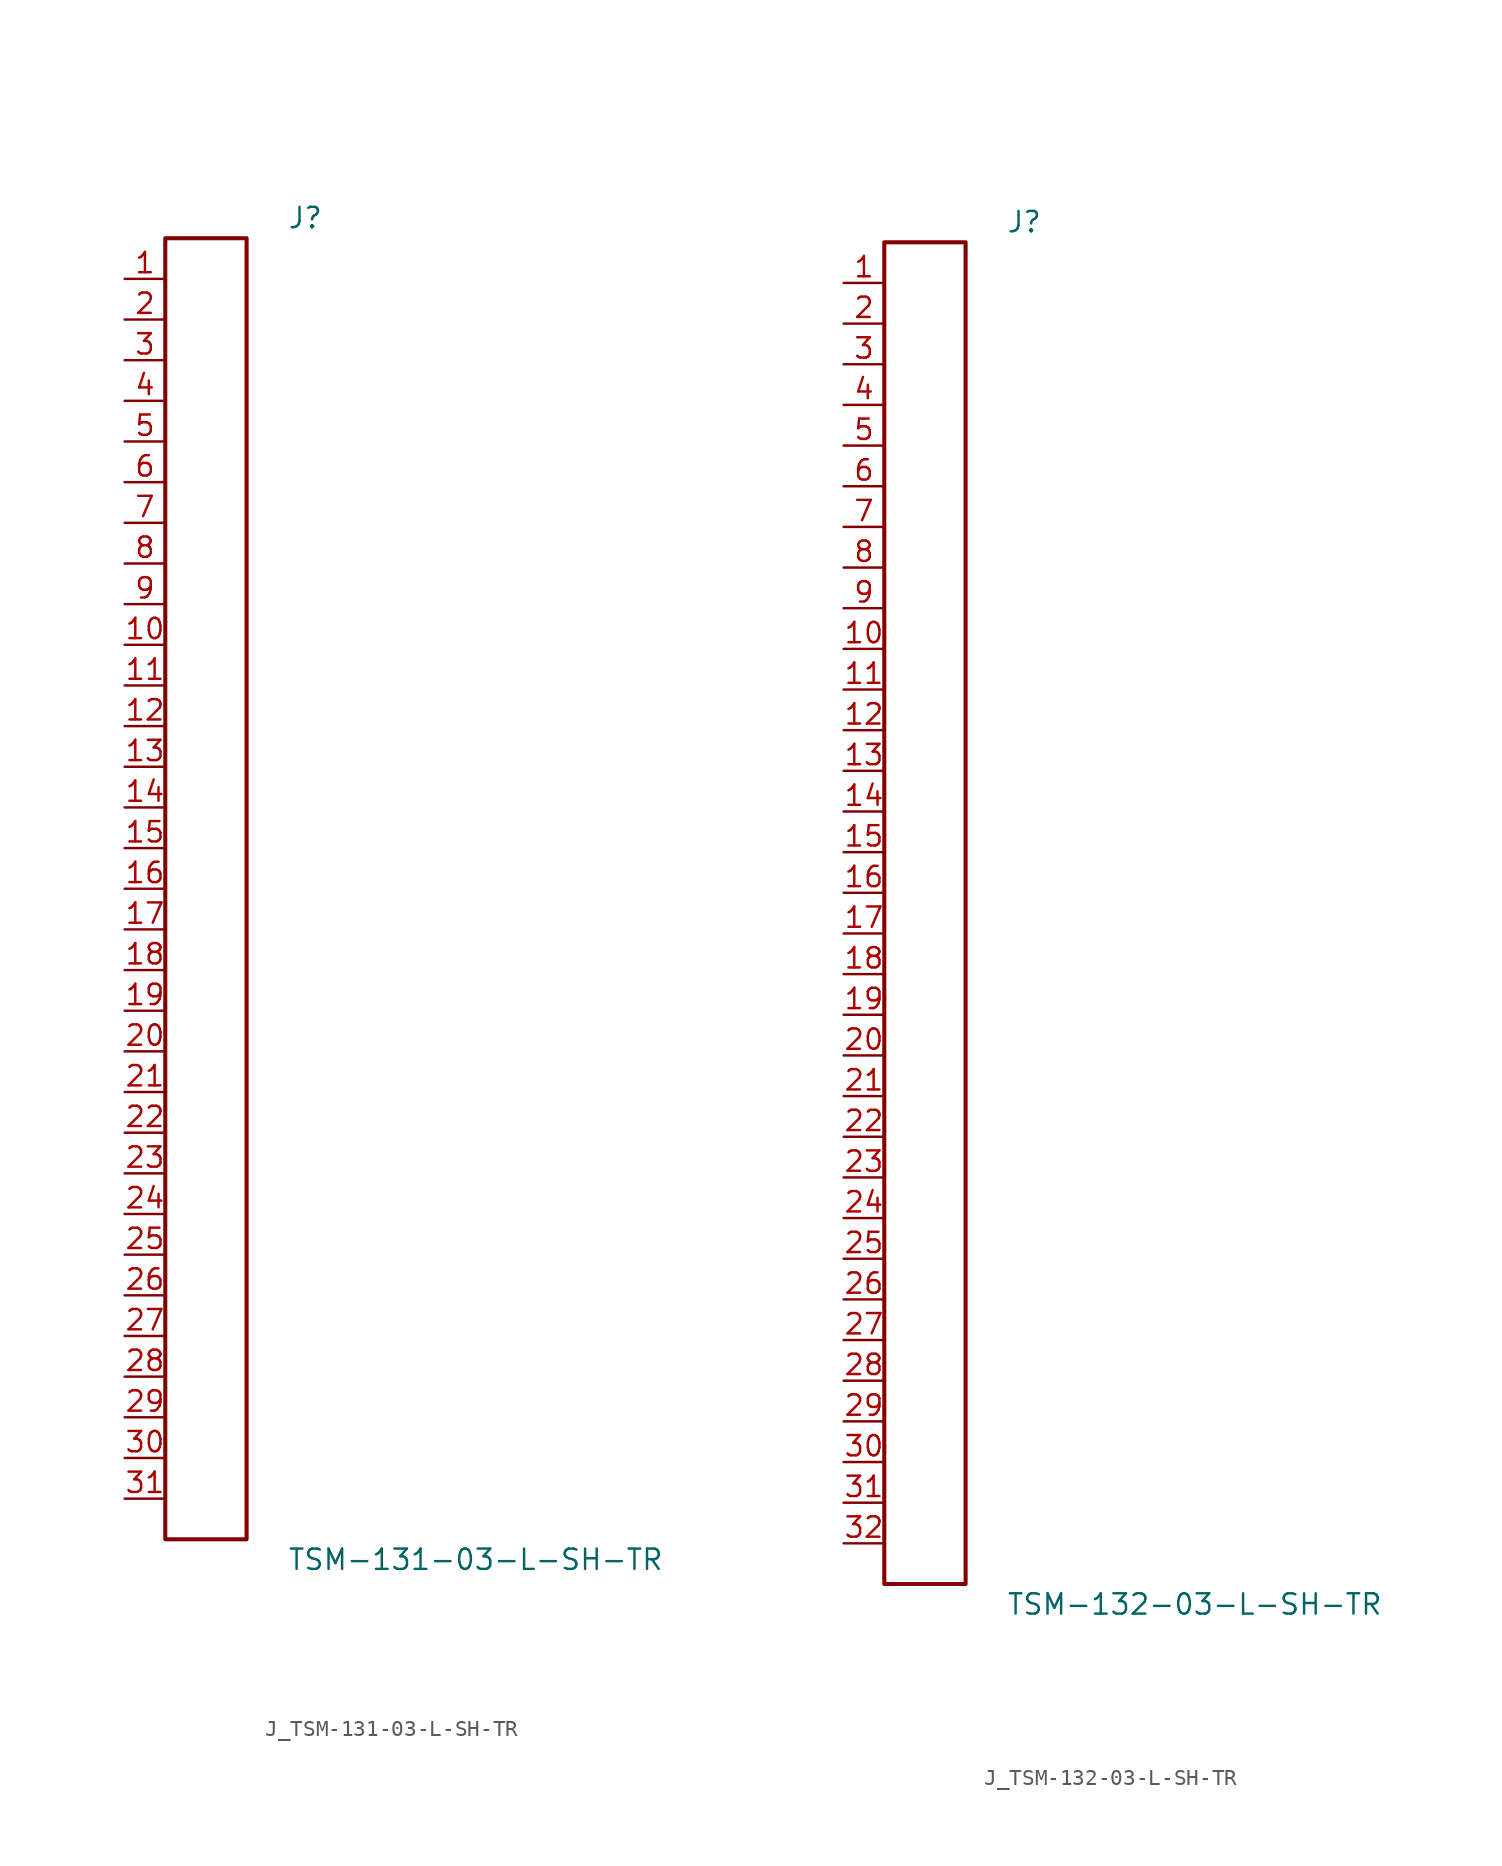
<source format=kicad_sym>
(kicad_symbol_lib
  (version 20231120)
  (generator kicad_symbol_editor)
  (generator_version 8.0)
  (symbol "J_TSM-131-03-L-SH-TR"
    (pin_names
      (offset 0.254))
    (property "Reference" "J"
      (at 5.08 41.91 0)
      (effects (font (size 1.27 1.27)) (justify left)))
    (property "Value" "TSM-131-03-L-SH-TR"
      (at 5.08 -41.91 0)
      (effects (font (size 1.27 1.27)) (justify left)))
    (symbol "J_TSM-131-03-L-SH-TR_0_0"
      (pin unspecified line (at -5.08 38.1 0) (length 2.54) (name "" (effects (font (size 1.27 1.27)))) (number "1" (effects (font (size 1.27 1.27)))))
      (pin unspecified line (at -5.08 35.56 0) (length 2.54) (name "" (effects (font (size 1.27 1.27)))) (number "2" (effects (font (size 1.27 1.27)))))
      (pin unspecified line (at -5.08 33.02 0) (length 2.54) (name "" (effects (font (size 1.27 1.27)))) (number "3" (effects (font (size 1.27 1.27)))))
      (pin unspecified line (at -5.08 30.48 0) (length 2.54) (name "" (effects (font (size 1.27 1.27)))) (number "4" (effects (font (size 1.27 1.27)))))
      (pin unspecified line (at -5.08 27.94 0) (length 2.54) (name "" (effects (font (size 1.27 1.27)))) (number "5" (effects (font (size 1.27 1.27)))))
      (pin unspecified line (at -5.08 25.4 0) (length 2.54) (name "" (effects (font (size 1.27 1.27)))) (number "6" (effects (font (size 1.27 1.27)))))
      (pin unspecified line (at -5.08 22.86 0) (length 2.54) (name "" (effects (font (size 1.27 1.27)))) (number "7" (effects (font (size 1.27 1.27)))))
      (pin unspecified line (at -5.08 20.32 0) (length 2.54) (name "" (effects (font (size 1.27 1.27)))) (number "8" (effects (font (size 1.27 1.27)))))
      (pin unspecified line (at -5.08 17.78 0) (length 2.54) (name "" (effects (font (size 1.27 1.27)))) (number "9" (effects (font (size 1.27 1.27)))))
      (pin unspecified line (at -5.08 15.24 0) (length 2.54) (name "" (effects (font (size 1.27 1.27)))) (number "10" (effects (font (size 1.27 1.27)))))
      (pin unspecified line (at -5.08 12.7 0) (length 2.54) (name "" (effects (font (size 1.27 1.27)))) (number "11" (effects (font (size 1.27 1.27)))))
      (pin unspecified line (at -5.08 10.16 0) (length 2.54) (name "" (effects (font (size 1.27 1.27)))) (number "12" (effects (font (size 1.27 1.27)))))
      (pin unspecified line (at -5.08 7.62 0) (length 2.54) (name "" (effects (font (size 1.27 1.27)))) (number "13" (effects (font (size 1.27 1.27)))))
      (pin unspecified line (at -5.08 5.08 0) (length 2.54) (name "" (effects (font (size 1.27 1.27)))) (number "14" (effects (font (size 1.27 1.27)))))
      (pin unspecified line (at -5.08 2.54 0) (length 2.54) (name "" (effects (font (size 1.27 1.27)))) (number "15" (effects (font (size 1.27 1.27)))))
      (pin unspecified line (at -5.08 0.0 0) (length 2.54) (name "" (effects (font (size 1.27 1.27)))) (number "16" (effects (font (size 1.27 1.27)))))
      (pin unspecified line (at -5.08 -2.54 0) (length 2.54) (name "" (effects (font (size 1.27 1.27)))) (number "17" (effects (font (size 1.27 1.27)))))
      (pin unspecified line (at -5.08 -5.08 0) (length 2.54) (name "" (effects (font (size 1.27 1.27)))) (number "18" (effects (font (size 1.27 1.27)))))
      (pin unspecified line (at -5.08 -7.62 0) (length 2.54) (name "" (effects (font (size 1.27 1.27)))) (number "19" (effects (font (size 1.27 1.27)))))
      (pin unspecified line (at -5.08 -10.16 0) (length 2.54) (name "" (effects (font (size 1.27 1.27)))) (number "20" (effects (font (size 1.27 1.27)))))
      (pin unspecified line (at -5.08 -12.7 0) (length 2.54) (name "" (effects (font (size 1.27 1.27)))) (number "21" (effects (font (size 1.27 1.27)))))
      (pin unspecified line (at -5.08 -15.24 0) (length 2.54) (name "" (effects (font (size 1.27 1.27)))) (number "22" (effects (font (size 1.27 1.27)))))
      (pin unspecified line (at -5.08 -17.78 0) (length 2.54) (name "" (effects (font (size 1.27 1.27)))) (number "23" (effects (font (size 1.27 1.27)))))
      (pin unspecified line (at -5.08 -20.32 0) (length 2.54) (name "" (effects (font (size 1.27 1.27)))) (number "24" (effects (font (size 1.27 1.27)))))
      (pin unspecified line (at -5.08 -22.86 0) (length 2.54) (name "" (effects (font (size 1.27 1.27)))) (number "25" (effects (font (size 1.27 1.27)))))
      (pin unspecified line (at -5.08 -25.4 0) (length 2.54) (name "" (effects (font (size 1.27 1.27)))) (number "26" (effects (font (size 1.27 1.27)))))
      (pin unspecified line (at -5.08 -27.94 0) (length 2.54) (name "" (effects (font (size 1.27 1.27)))) (number "27" (effects (font (size 1.27 1.27)))))
      (pin unspecified line (at -5.08 -30.48 0) (length 2.54) (name "" (effects (font (size 1.27 1.27)))) (number "28" (effects (font (size 1.27 1.27)))))
      (pin unspecified line (at -5.08 -33.02 0) (length 2.54) (name "" (effects (font (size 1.27 1.27)))) (number "29" (effects (font (size 1.27 1.27)))))
      (pin unspecified line (at -5.08 -35.56 0) (length 2.54) (name "" (effects (font (size 1.27 1.27)))) (number "30" (effects (font (size 1.27 1.27)))))
      (pin unspecified line (at -5.08 -38.1 0) (length 2.54) (name "" (effects (font (size 1.27 1.27)))) (number "31" (effects (font (size 1.27 1.27))))))
    (symbol "J_TSM-131-03-L-SH-TR_1_0"
      (rectangle (start -2.54 40.64) (end 2.54 -40.64) (stroke (width 0.254) (type solid)) (fill (type none)))))
  (symbol "J_TSM-132-03-L-SH-TR"
    (pin_names
      (offset 0.254))
    (property "Reference" "J"
      (at 5.08 43.18 0)
      (effects (font (size 1.27 1.27)) (justify left)))
    (property "Value" "TSM-132-03-L-SH-TR"
      (at 5.08 -43.18 0)
      (effects (font (size 1.27 1.27)) (justify left)))
    (symbol "J_TSM-132-03-L-SH-TR_0_0"
      (pin unspecified line (at -5.08 39.37 0) (length 2.54) (name "" (effects (font (size 1.27 1.27)))) (number "1" (effects (font (size 1.27 1.27)))))
      (pin unspecified line (at -5.08 36.83 0) (length 2.54) (name "" (effects (font (size 1.27 1.27)))) (number "2" (effects (font (size 1.27 1.27)))))
      (pin unspecified line (at -5.08 34.29 0) (length 2.54) (name "" (effects (font (size 1.27 1.27)))) (number "3" (effects (font (size 1.27 1.27)))))
      (pin unspecified line (at -5.08 31.75 0) (length 2.54) (name "" (effects (font (size 1.27 1.27)))) (number "4" (effects (font (size 1.27 1.27)))))
      (pin unspecified line (at -5.08 29.21 0) (length 2.54) (name "" (effects (font (size 1.27 1.27)))) (number "5" (effects (font (size 1.27 1.27)))))
      (pin unspecified line (at -5.08 26.67 0) (length 2.54) (name "" (effects (font (size 1.27 1.27)))) (number "6" (effects (font (size 1.27 1.27)))))
      (pin unspecified line (at -5.08 24.13 0) (length 2.54) (name "" (effects (font (size 1.27 1.27)))) (number "7" (effects (font (size 1.27 1.27)))))
      (pin unspecified line (at -5.08 21.59 0) (length 2.54) (name "" (effects (font (size 1.27 1.27)))) (number "8" (effects (font (size 1.27 1.27)))))
      (pin unspecified line (at -5.08 19.05 0) (length 2.54) (name "" (effects (font (size 1.27 1.27)))) (number "9" (effects (font (size 1.27 1.27)))))
      (pin unspecified line (at -5.08 16.51 0) (length 2.54) (name "" (effects (font (size 1.27 1.27)))) (number "10" (effects (font (size 1.27 1.27)))))
      (pin unspecified line (at -5.08 13.97 0) (length 2.54) (name "" (effects (font (size 1.27 1.27)))) (number "11" (effects (font (size 1.27 1.27)))))
      (pin unspecified line (at -5.08 11.43 0) (length 2.54) (name "" (effects (font (size 1.27 1.27)))) (number "12" (effects (font (size 1.27 1.27)))))
      (pin unspecified line (at -5.08 8.89 0) (length 2.54) (name "" (effects (font (size 1.27 1.27)))) (number "13" (effects (font (size 1.27 1.27)))))
      (pin unspecified line (at -5.08 6.35 0) (length 2.54) (name "" (effects (font (size 1.27 1.27)))) (number "14" (effects (font (size 1.27 1.27)))))
      (pin unspecified line (at -5.08 3.81 0) (length 2.54) (name "" (effects (font (size 1.27 1.27)))) (number "15" (effects (font (size 1.27 1.27)))))
      (pin unspecified line (at -5.08 1.27 0) (length 2.54) (name "" (effects (font (size 1.27 1.27)))) (number "16" (effects (font (size 1.27 1.27)))))
      (pin unspecified line (at -5.08 -1.27 0) (length 2.54) (name "" (effects (font (size 1.27 1.27)))) (number "17" (effects (font (size 1.27 1.27)))))
      (pin unspecified line (at -5.08 -3.81 0) (length 2.54) (name "" (effects (font (size 1.27 1.27)))) (number "18" (effects (font (size 1.27 1.27)))))
      (pin unspecified line (at -5.08 -6.35 0) (length 2.54) (name "" (effects (font (size 1.27 1.27)))) (number "19" (effects (font (size 1.27 1.27)))))
      (pin unspecified line (at -5.08 -8.89 0) (length 2.54) (name "" (effects (font (size 1.27 1.27)))) (number "20" (effects (font (size 1.27 1.27)))))
      (pin unspecified line (at -5.08 -11.43 0) (length 2.54) (name "" (effects (font (size 1.27 1.27)))) (number "21" (effects (font (size 1.27 1.27)))))
      (pin unspecified line (at -5.08 -13.97 0) (length 2.54) (name "" (effects (font (size 1.27 1.27)))) (number "22" (effects (font (size 1.27 1.27)))))
      (pin unspecified line (at -5.08 -16.51 0) (length 2.54) (name "" (effects (font (size 1.27 1.27)))) (number "23" (effects (font (size 1.27 1.27)))))
      (pin unspecified line (at -5.08 -19.05 0) (length 2.54) (name "" (effects (font (size 1.27 1.27)))) (number "24" (effects (font (size 1.27 1.27)))))
      (pin unspecified line (at -5.08 -21.59 0) (length 2.54) (name "" (effects (font (size 1.27 1.27)))) (number "25" (effects (font (size 1.27 1.27)))))
      (pin unspecified line (at -5.08 -24.13 0) (length 2.54) (name "" (effects (font (size 1.27 1.27)))) (number "26" (effects (font (size 1.27 1.27)))))
      (pin unspecified line (at -5.08 -26.67 0) (length 2.54) (name "" (effects (font (size 1.27 1.27)))) (number "27" (effects (font (size 1.27 1.27)))))
      (pin unspecified line (at -5.08 -29.21 0) (length 2.54) (name "" (effects (font (size 1.27 1.27)))) (number "28" (effects (font (size 1.27 1.27)))))
      (pin unspecified line (at -5.08 -31.75 0) (length 2.54) (name "" (effects (font (size 1.27 1.27)))) (number "29" (effects (font (size 1.27 1.27)))))
      (pin unspecified line (at -5.08 -34.29 0) (length 2.54) (name "" (effects (font (size 1.27 1.27)))) (number "30" (effects (font (size 1.27 1.27)))))
      (pin unspecified line (at -5.08 -36.83 0) (length 2.54) (name "" (effects (font (size 1.27 1.27)))) (number "31" (effects (font (size 1.27 1.27)))))
      (pin unspecified line (at -5.08 -39.37 0) (length 2.54) (name "" (effects (font (size 1.27 1.27)))) (number "32" (effects (font (size 1.27 1.27))))))
    (symbol "J_TSM-132-03-L-SH-TR_1_0"
      (rectangle (start -2.54 41.91) (end 2.54 -41.91) (stroke (width 0.254) (type solid)) (fill (type none))))))
</source>
